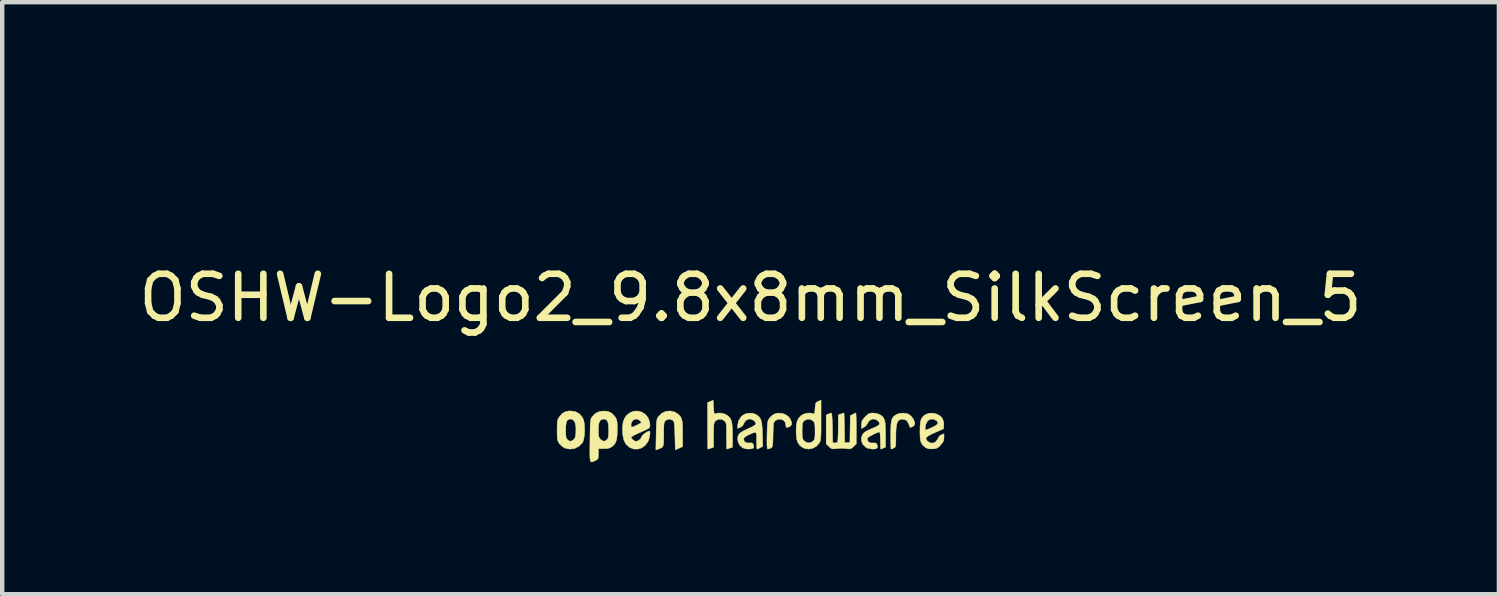
<source format=kicad_pcb>
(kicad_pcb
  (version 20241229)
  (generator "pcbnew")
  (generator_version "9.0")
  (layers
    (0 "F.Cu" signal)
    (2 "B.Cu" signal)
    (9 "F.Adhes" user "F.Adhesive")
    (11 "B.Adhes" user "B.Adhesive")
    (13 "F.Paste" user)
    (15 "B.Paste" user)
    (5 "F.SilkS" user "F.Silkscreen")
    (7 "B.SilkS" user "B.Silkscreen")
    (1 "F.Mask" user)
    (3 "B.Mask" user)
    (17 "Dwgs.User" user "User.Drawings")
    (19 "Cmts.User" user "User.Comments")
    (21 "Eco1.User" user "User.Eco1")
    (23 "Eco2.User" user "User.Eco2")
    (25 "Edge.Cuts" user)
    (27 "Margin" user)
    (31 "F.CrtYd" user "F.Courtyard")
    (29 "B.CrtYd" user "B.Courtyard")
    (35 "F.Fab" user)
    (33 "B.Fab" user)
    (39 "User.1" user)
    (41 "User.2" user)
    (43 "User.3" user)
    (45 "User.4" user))
  (footprint "OSHW-Logo2_9.8x8mm_SilkScreen_5"
    (layer "F.Cu")
    (at 14.006 3.717)
    (property "Reference" "OSHW-Logo2_9.8x8mm_SilkScreen_5" (at 0 0 0) (layer "F.SilkS") (effects (font (size 1 1) (thickness 0.15))))
    (attr exclude_from_pos_files exclude_from_bom)
    (fp_poly (pts (xy 0.14 -3.712) (xy 0.246 -3.712) (xy 0.322 -3.71) (xy 0.374 -3.707) (xy 0.407 -3.702) (xy 0.426 -3.695) (xy 0.435 -3.684) (xy 0.439 -3.67) (xy 0.44 -3.668) (xy 0.446 -3.636) (xy 0.459 -3.572) (xy 0.476 -3.483) (xy 0.496 -3.376) (xy 0.518 -3.258) (xy 0.518 -3.254) (xy 0.54 -3.138) (xy 0.561 -3.036) (xy 0.579 -2.953) (xy 0.592 -2.897) (xy 0.601 -2.872) (xy 0.601 -2.871) (xy 0.626 -2.859) (xy 0.676 -2.839) (xy 0.742 -2.814) (xy 0.742 -2.814) (xy 0.825 -2.783) (xy 0.923 -2.744) (xy 1.015 -2.704) (xy 1.019 -2.702) (xy 1.169 -2.634) (xy 1.501 -2.86) (xy 1.603 -2.929) (xy 1.696 -2.991) (xy 1.773 -3.042) (xy 1.83 -3.079) (xy 1.861 -3.098) (xy 1.864 -3.099) (xy 1.887 -3.093) (xy 1.93 -3.063) (xy 1.994 -3.008) (xy 2.081 -2.927) (xy 2.171 -2.84) (xy 2.256 -2.755) (xy 2.333 -2.677) (xy 2.397 -2.611) (xy 2.442 -2.563) (xy 2.464 -2.536) (xy 2.464 -2.535) (xy 2.467 -2.517) (xy 2.458 -2.487) (xy 2.435 -2.441) (xy 2.395 -2.376) (xy 2.338 -2.288) (xy 2.261 -2.173) (xy 2.193 -2.073) (xy 2.132 -1.983) (xy 2.081 -1.908) (xy 2.045 -1.854) (xy 2.027 -1.827) (xy 2.026 -1.825) (xy 2.028 -1.798) (xy 2.045 -1.747) (xy 2.073 -1.68) (xy 2.083 -1.659) (xy 2.127 -1.564) (xy 2.173 -1.456) (xy 2.211 -1.363) (xy 2.238 -1.294) (xy 2.26 -1.241) (xy 2.272 -1.214) (xy 2.274 -1.211) (xy 2.297 -1.208) (xy 2.351 -1.198) (xy 2.429 -1.184) (xy 2.524 -1.166) (xy 2.628 -1.146) (xy 2.735 -1.126) (xy 2.837 -1.107) (xy 2.927 -1.089) (xy 2.998 -1.075) (xy 3.042 -1.066) (xy 3.053 -1.063) (xy 3.064 -1.057) (xy 3.073 -1.042) (xy 3.079 -1.015) (xy 3.083 -0.97) (xy 3.085 -0.902) (xy 3.087 -0.806) (xy 3.087 -0.678) (xy 3.087 -0.625) (xy 3.087 -0.198) (xy 2.985 -0.178) (xy 2.927 -0.167) (xy 2.842 -0.151) (xy 2.739 -0.132) (xy 2.629 -0.111) (xy 2.599 -0.106) (xy 2.497 -0.086) (xy 2.408 -0.067) (xy 2.34 -0.049) (xy 2.3 -0.036) (xy 2.293 -0.032) (xy 2.277 -0.004) (xy 2.253 0.051) (xy 2.227 0.122) (xy 2.222 0.137) (xy 2.188 0.231) (xy 2.146 0.337) (xy 2.104 0.432) (xy 2.104 0.433) (xy 2.035 0.583) (xy 2.49 1.252) (xy 2.197 1.544) (xy 2.109 1.631) (xy 2.029 1.708) (xy 1.96 1.77) (xy 1.909 1.814) (xy 1.879 1.835) (xy 1.874 1.837) (xy 1.849 1.826) (xy 1.797 1.797) (xy 1.725 1.752) (xy 1.637 1.695) (xy 1.543 1.631) (xy 1.447 1.567) (xy 1.361 1.51) (xy 1.291 1.466) (xy 1.242 1.437) (xy 1.221 1.426) (xy 1.194 1.435) (xy 1.144 1.458) (xy 1.08 1.491) (xy 1.074 1.494) (xy 0.988 1.537) (xy 0.929 1.558) (xy 0.893 1.559) (xy 0.874 1.539) (xy 0.874 1.539) (xy 0.864 1.515) (xy 0.841 1.46) (xy 0.807 1.378) (xy 0.763 1.272) (xy 0.712 1.147) (xy 0.654 1.007) (xy 0.598 0.872) (xy 0.536 0.722) (xy 0.48 0.584) (xy 0.43 0.461) (xy 0.389 0.357) (xy 0.358 0.277) (xy 0.338 0.225) (xy 0.332 0.206) (xy 0.347 0.183) (xy 0.386 0.148) (xy 0.439 0.109) (xy 0.588 -0.015) (xy 0.705 -0.156) (xy 0.787 -0.313) (xy 0.834 -0.482) (xy 0.845 -0.66) (xy 0.837 -0.742) (xy 0.796 -0.913) (xy 0.724 -1.064) (xy 0.627 -1.193) (xy 0.509 -1.299) (xy 0.374 -1.381) (xy 0.227 -1.437) (xy 0.072 -1.465) (xy -0.087 -1.465) (xy -0.244 -1.435) (xy -0.396 -1.372) (xy -0.538 -1.277) (xy -0.597 -1.222) (xy -0.711 -1.083) (xy -0.79 -0.932) (xy -0.835 -0.771) (xy -0.847 -0.607) (xy -0.825 -0.443) (xy -0.772 -0.284) (xy -0.686 -0.134) (xy -0.569 0.002) (xy -0.439 0.109) (xy -0.384 0.15) (xy -0.346 0.185) (xy -0.332 0.206) (xy -0.339 0.229) (xy -0.36 0.283) (xy -0.392 0.366) (xy -0.434 0.471) (xy -0.485 0.596) (xy -0.542 0.736) (xy -0.598 0.872) (xy -0.66 1.021) (xy -0.717 1.16) (xy -0.768 1.283) (xy -0.811 1.387) (xy -0.844 1.467) (xy -0.866 1.519) (xy -0.874 1.539) (xy -0.893 1.558) (xy -0.929 1.558) (xy -0.988 1.537) (xy -1.073 1.495) (xy -1.074 1.494) (xy -1.138 1.461) (xy -1.19 1.437) (xy -1.219 1.426) (xy -1.221 1.426) (xy -1.243 1.437) (xy -1.292 1.466) (xy -1.362 1.511) (xy -1.447 1.567) (xy -1.543 1.631) (xy -1.639 1.696) (xy -1.727 1.753) (xy -1.799 1.797) (xy -1.85 1.826) (xy -1.874 1.837) (xy -1.897 1.823) (xy -1.942 1.786) (xy -2.006 1.729) (xy -2.083 1.656) (xy -2.169 1.572) (xy -2.198 1.544) (xy -2.49 1.251) (xy -2.267 0.925) (xy -2.2 0.825) (xy -2.14 0.735) (xy -2.093 0.661) (xy -2.06 0.607) (xy -2.045 0.579) (xy -2.045 0.577) (xy -2.053 0.551) (xy -2.073 0.498) (xy -2.103 0.427) (xy -2.124 0.38) (xy -2.164 0.29) (xy -2.201 0.198) (xy -2.23 0.121) (xy -2.237 0.098) (xy -2.26 0.035) (xy -2.281 -0.014) (xy -2.293 -0.032) (xy -2.319 -0.043) (xy -2.377 -0.059) (xy -2.458 -0.078) (xy -2.555 -0.098) (xy -2.599 -0.106) (xy -2.709 -0.126) (xy -2.815 -0.146) (xy -2.906 -0.163) (xy -2.972 -0.175) (xy -2.985 -0.178) (xy -3.087 -0.198) (xy -3.087 -0.625) (xy -3.087 -0.766) (xy -3.086 -0.872) (xy -3.084 -0.949) (xy -3.08 -1.002) (xy -3.075 -1.035) (xy -3.067 -1.053) (xy -3.057 -1.062) (xy -3.053 -1.063) (xy -3.028 -1.069) (xy -2.972 -1.08) (xy -2.892 -1.096) (xy -2.796 -1.114) (xy -2.691 -1.134) (xy -2.585 -1.155) (xy -2.483 -1.174) (xy -2.395 -1.19) (xy -2.325 -1.203) (xy -2.283 -1.21) (xy -2.274 -1.211) (xy -2.265 -1.228) (xy -2.246 -1.273) (xy -2.221 -1.338) (xy -2.211 -1.363) (xy -2.171 -1.46) (xy -2.125 -1.568) (xy -2.083 -1.659) (xy -2.052 -1.728) (xy -2.032 -1.785) (xy -2.025 -1.82) (xy -2.026 -1.825) (xy -2.041 -1.847) (xy -2.074 -1.896) (xy -2.121 -1.967) (xy -2.181 -2.055) (xy -2.248 -2.154) (xy -2.261 -2.173) (xy -2.339 -2.289) (xy -2.396 -2.377) (xy -2.435 -2.442) (xy -2.458 -2.487) (xy -2.467 -2.516) (xy -2.465 -2.535) (xy -2.464 -2.535) (xy -2.445 -2.559) (xy -2.402 -2.605) (xy -2.341 -2.669) (xy -2.265 -2.746) (xy -2.18 -2.831) (xy -2.171 -2.84) (xy -2.063 -2.944) (xy -1.98 -3.02) (xy -1.92 -3.07) (xy -1.882 -3.096) (xy -1.864 -3.099) (xy -1.84 -3.085) (xy -1.788 -3.052) (xy -1.714 -3.004) (xy -1.625 -2.944) (xy -1.525 -2.876) (xy -1.501 -2.86) (xy -1.169 -2.634) (xy -1.019 -2.702) (xy -0.928 -2.741) (xy -0.83 -2.781) (xy -0.746 -2.813) (xy -0.742 -2.814) (xy -0.677 -2.838) (xy -0.626 -2.859) (xy -0.601 -2.871) (xy -0.601 -2.871) (xy -0.593 -2.893) (xy -0.58 -2.948) (xy -0.562 -3.029) (xy -0.542 -3.129) (xy -0.52 -3.244) (xy -0.518 -3.254) (xy -0.496 -3.372) (xy -0.476 -3.479) (xy -0.459 -3.569) (xy -0.447 -3.634) (xy -0.44 -3.668) (xy -0.44 -3.668) (xy -0.435 -3.683) (xy -0.427 -3.693) (xy -0.41 -3.701) (xy -0.379 -3.707) (xy -0.329 -3.71) (xy -0.256 -3.712) (xy -0.153 -3.712) (xy -0.018 -3.712) (xy 0 -3.712) (xy 0.14 -3.712)) (stroke (width 0.01) (type solid)) (fill yes) (layer "F.Mask"))
    (fp_poly (pts (xy 3.571 2.637) (xy 3.594 2.647) (xy 3.65 2.691) (xy 3.698 2.755) (xy 3.727 2.823) (xy 3.732 2.857) (xy 3.716 2.904) (xy 3.68 2.928) (xy 3.643 2.943) (xy 3.625 2.946) (xy 3.617 2.926) (xy 3.6 2.882) (xy 3.593 2.863) (xy 3.552 2.794) (xy 3.493 2.76) (xy 3.417 2.761) (xy 3.411 2.763) (xy 3.37 2.782) (xy 3.34 2.819) (xy 3.32 2.88) (xy 3.308 2.968) (xy 3.303 3.088) (xy 3.302 3.152) (xy 3.302 3.252) (xy 3.3 3.321) (xy 3.296 3.365) (xy 3.287 3.39) (xy 3.274 3.405) (xy 3.253 3.416) (xy 3.252 3.416) (xy 3.213 3.433) (xy 3.194 3.439) (xy 3.191 3.42) (xy 3.188 3.369) (xy 3.186 3.292) (xy 3.185 3.196) (xy 3.185 3.125) (xy 3.186 2.989) (xy 3.19 2.885) (xy 3.2 2.808) (xy 3.216 2.752) (xy 3.24 2.711) (xy 3.274 2.679) (xy 3.308 2.656) (xy 3.388 2.626) (xy 3.482 2.62) (xy 3.571 2.637)) (stroke (width 0.01) (type solid)) (fill yes) (layer "F.SilkS"))
    (fp_poly (pts (xy -1.728 2.595) (xy -1.666 2.631) (xy -1.622 2.667) (xy -1.59 2.705) (xy -1.568 2.751) (xy -1.554 2.812) (xy -1.547 2.895) (xy -1.544 3.007) (xy -1.544 3.087) (xy -1.544 3.382) (xy -1.71 3.457) (xy -1.719 3.133) (xy -1.723 3.013) (xy -1.728 2.925) (xy -1.733 2.865) (xy -1.74 2.825) (xy -1.75 2.801) (xy -1.763 2.786) (xy -1.767 2.783) (xy -1.831 2.757) (xy -1.896 2.767) (xy -1.934 2.794) (xy -1.95 2.813) (xy -1.961 2.838) (xy -1.968 2.876) (xy -1.972 2.934) (xy -1.973 3.018) (xy -1.973 3.106) (xy -1.973 3.216) (xy -1.975 3.294) (xy -1.982 3.347) (xy -1.995 3.381) (xy -2.018 3.404) (xy -2.053 3.421) (xy -2.1 3.439) (xy -2.152 3.458) (xy -2.146 3.111) (xy -2.143 2.986) (xy -2.14 2.894) (xy -2.136 2.828) (xy -2.13 2.781) (xy -2.121 2.748) (xy -2.108 2.722) (xy -2.092 2.699) (xy -2.018 2.625) (xy -1.926 2.582) (xy -1.827 2.571) (xy -1.728 2.595)) (stroke (width 0.01) (type solid)) (fill yes) (layer "F.SilkS"))
    (fp_poly (pts (xy 0.713 2.625) (xy 0.802 2.657) (xy 0.874 2.715) (xy 0.902 2.756) (xy 0.933 2.831) (xy 0.932 2.885) (xy 0.9 2.921) (xy 0.888 2.928) (xy 0.837 2.947) (xy 0.81 2.942) (xy 0.802 2.91) (xy 0.801 2.892) (xy 0.785 2.826) (xy 0.742 2.78) (xy 0.683 2.758) (xy 0.617 2.763) (xy 0.564 2.792) (xy 0.546 2.809) (xy 0.533 2.829) (xy 0.524 2.859) (xy 0.519 2.907) (xy 0.515 2.978) (xy 0.512 3.08) (xy 0.511 3.112) (xy 0.509 3.222) (xy 0.506 3.3) (xy 0.501 3.351) (xy 0.494 3.383) (xy 0.483 3.401) (xy 0.467 3.412) (xy 0.457 3.417) (xy 0.413 3.433) (xy 0.388 3.439) (xy 0.379 3.421) (xy 0.374 3.365) (xy 0.372 3.272) (xy 0.374 3.141) (xy 0.374 3.121) (xy 0.377 3.002) (xy 0.381 2.914) (xy 0.386 2.853) (xy 0.393 2.809) (xy 0.404 2.778) (xy 0.419 2.751) (xy 0.427 2.74) (xy 0.472 2.69) (xy 0.522 2.651) (xy 0.528 2.647) (xy 0.618 2.62) (xy 0.713 2.625)) (stroke (width 0.01) (type solid)) (fill yes) (layer "F.SilkS"))
    (fp_poly (pts (xy -0.84 2.492) (xy -0.834 2.572) (xy -0.828 2.619) (xy -0.819 2.64) (xy -0.805 2.64) (xy -0.801 2.637) (xy -0.744 2.62) (xy -0.669 2.621) (xy -0.593 2.639) (xy -0.545 2.663) (xy -0.496 2.7) (xy -0.461 2.743) (xy -0.436 2.797) (xy -0.421 2.869) (xy -0.413 2.966) (xy -0.41 3.095) (xy -0.41 3.119) (xy -0.41 3.396) (xy -0.472 3.417) (xy -0.516 3.432) (xy -0.54 3.439) (xy -0.54 3.439) (xy -0.543 3.42) (xy -0.545 3.37) (xy -0.546 3.293) (xy -0.547 3.197) (xy -0.547 3.139) (xy -0.547 3.025) (xy -0.549 2.943) (xy -0.552 2.886) (xy -0.558 2.849) (xy -0.568 2.825) (xy -0.583 2.806) (xy -0.592 2.797) (xy -0.655 2.761) (xy -0.724 2.759) (xy -0.786 2.789) (xy -0.798 2.8) (xy -0.815 2.821) (xy -0.826 2.845) (xy -0.834 2.881) (xy -0.838 2.934) (xy -0.84 3.012) (xy -0.84 3.121) (xy -0.84 3.396) (xy -0.902 3.417) (xy -0.945 3.432) (xy -0.969 3.439) (xy -0.97 3.439) (xy -0.972 3.42) (xy -0.974 3.367) (xy -0.975 3.286) (xy -0.976 3.18) (xy -0.977 3.055) (xy -0.977 2.916) (xy -0.977 2.382) (xy -0.85 2.328) (xy -0.84 2.492)) (stroke (width 0.01) (type solid)) (fill yes) (layer "F.SilkS"))
    (fp_poly (pts (xy 2.396 2.637) (xy 2.399 2.688) (xy 2.401 2.766) (xy 2.403 2.865) (xy 2.403 2.968) (xy 2.403 3.319) (xy 2.341 3.38) (xy 2.299 3.418) (xy 2.261 3.434) (xy 2.21 3.433) (xy 2.19 3.43) (xy 2.127 3.423) (xy 2.074 3.419) (xy 2.061 3.419) (xy 2.018 3.421) (xy 1.957 3.427) (xy 1.933 3.43) (xy 1.874 3.435) (xy 1.834 3.425) (xy 1.795 3.394) (xy 1.781 3.38) (xy 1.719 3.319) (xy 1.719 2.664) (xy 1.769 2.641) (xy 1.812 2.624) (xy 1.837 2.618) (xy 1.844 2.637) (xy 1.85 2.689) (xy 1.855 2.768) (xy 1.859 2.87) (xy 1.861 2.955) (xy 1.866 3.292) (xy 1.913 3.299) (xy 1.955 3.294) (xy 1.976 3.279) (xy 1.982 3.251) (xy 1.987 3.192) (xy 1.99 3.108) (xy 1.992 3.009) (xy 1.993 2.957) (xy 1.993 2.661) (xy 2.054 2.64) (xy 2.098 2.625) (xy 2.122 2.618) (xy 2.122 2.618) (xy 2.125 2.637) (xy 2.127 2.688) (xy 2.13 2.766) (xy 2.132 2.864) (xy 2.134 2.955) (xy 2.139 3.292) (xy 2.257 3.292) (xy 2.262 2.985) (xy 2.267 2.677) (xy 2.325 2.648) (xy 2.367 2.627) (xy 2.392 2.618) (xy 2.392 2.618) (xy 2.396 2.637)) (stroke (width 0.01) (type solid)) (fill yes) (layer "F.SilkS"))
    (fp_poly (pts (xy -3.983 2.587) (xy -3.892 2.635) (xy -3.824 2.713) (xy -3.8 2.763) (xy -3.781 2.838) (xy -3.772 2.932) (xy -3.771 3.035) (xy -3.778 3.136) (xy -3.793 3.223) (xy -3.815 3.286) (xy -3.822 3.297) (xy -3.903 3.377) (xy -4 3.425) (xy -4.104 3.439) (xy -4.21 3.418) (xy -4.239 3.405) (xy -4.297 3.364) (xy -4.347 3.311) (xy -4.352 3.304) (xy -4.371 3.271) (xy -4.384 3.236) (xy -4.391 3.19) (xy -4.395 3.125) (xy -4.396 3.03) (xy -4.396 3.009) (xy -4.396 3.002) (xy -4.201 3.002) (xy -4.2 3.091) (xy -4.195 3.151) (xy -4.186 3.189) (xy -4.17 3.215) (xy -4.162 3.224) (xy -4.115 3.257) (xy -4.07 3.256) (xy -4.024 3.227) (xy -3.996 3.196) (xy -3.98 3.151) (xy -3.971 3.079) (xy -3.97 3.071) (xy -3.969 2.942) (xy -3.985 2.846) (xy -4.019 2.784) (xy -4.07 2.756) (xy -4.088 2.755) (xy -4.136 2.763) (xy -4.169 2.789) (xy -4.189 2.839) (xy -4.199 2.919) (xy -4.201 3.002) (xy -4.396 3.002) (xy -4.395 2.908) (xy -4.392 2.838) (xy -4.386 2.789) (xy -4.374 2.753) (xy -4.356 2.722) (xy -4.352 2.716) (xy -4.286 2.636) (xy -4.213 2.59) (xy -4.125 2.572) (xy -4.095 2.571) (xy -3.983 2.587)) (stroke (width 0.01) (type solid)) (fill yes) (layer "F.SilkS"))
    (fp_poly (pts (xy 4.245 2.648) (xy 4.323 2.698) (xy 4.36 2.744) (xy 4.389 2.826) (xy 4.392 2.891) (xy 4.386 2.977) (xy 4.186 3.065) (xy 4.089 3.11) (xy 4.025 3.146) (xy 3.992 3.177) (xy 3.986 3.207) (xy 4.005 3.241) (xy 4.025 3.263) (xy 4.084 3.298) (xy 4.148 3.301) (xy 4.207 3.273) (xy 4.25 3.218) (xy 4.258 3.199) (xy 4.295 3.138) (xy 4.338 3.113) (xy 4.396 3.09) (xy 4.396 3.174) (xy 4.391 3.231) (xy 4.371 3.279) (xy 4.328 3.334) (xy 4.322 3.342) (xy 4.275 3.391) (xy 4.234 3.417) (xy 4.183 3.429) (xy 4.141 3.433) (xy 4.066 3.434) (xy 4.012 3.421) (xy 3.979 3.403) (xy 3.926 3.362) (xy 3.89 3.318) (xy 3.867 3.262) (xy 3.854 3.187) (xy 3.85 3.084) (xy 3.849 3.032) (xy 3.851 2.97) (xy 3.968 2.97) (xy 3.97 3.003) (xy 3.973 3.009) (xy 3.996 3.001) (xy 4.044 2.982) (xy 4.109 2.954) (xy 4.122 2.948) (xy 4.204 2.906) (xy 4.249 2.87) (xy 4.259 2.835) (xy 4.236 2.801) (xy 4.216 2.785) (xy 4.145 2.755) (xy 4.079 2.76) (xy 4.024 2.797) (xy 3.986 2.863) (xy 3.973 2.916) (xy 3.968 2.97) (xy 3.851 2.97) (xy 3.852 2.911) (xy 3.861 2.821) (xy 3.879 2.755) (xy 3.909 2.707) (xy 3.953 2.669) (xy 3.972 2.656) (xy 4.059 2.624) (xy 4.154 2.622) (xy 4.245 2.648)) (stroke (width 0.01) (type solid)) (fill yes) (layer "F.SilkS"))
    (fp_poly (pts (xy 1.602 2.78) (xy 1.602 2.926) (xy 1.601 3.039) (xy 1.599 3.123) (xy 1.595 3.184) (xy 1.59 3.227) (xy 1.582 3.259) (xy 1.571 3.283) (xy 1.563 3.297) (xy 1.497 3.373) (xy 1.412 3.421) (xy 1.319 3.438) (xy 1.226 3.423) (xy 1.17 3.394) (xy 1.112 3.346) (xy 1.072 3.286) (xy 1.048 3.209) (xy 1.037 3.105) (xy 1.036 3.028) (xy 1.036 3.023) (xy 1.172 3.023) (xy 1.173 3.11) (xy 1.177 3.168) (xy 1.186 3.206) (xy 1.201 3.233) (xy 1.22 3.254) (xy 1.283 3.294) (xy 1.351 3.297) (xy 1.415 3.264) (xy 1.42 3.26) (xy 1.441 3.236) (xy 1.455 3.208) (xy 1.462 3.167) (xy 1.465 3.102) (xy 1.465 3.031) (xy 1.464 2.942) (xy 1.46 2.882) (xy 1.451 2.843) (xy 1.436 2.815) (xy 1.423 2.8) (xy 1.364 2.763) (xy 1.295 2.758) (xy 1.23 2.787) (xy 1.218 2.797) (xy 1.196 2.821) (xy 1.183 2.849) (xy 1.176 2.891) (xy 1.173 2.956) (xy 1.172 3.023) (xy 1.036 3.023) (xy 1.04 2.906) (xy 1.056 2.814) (xy 1.087 2.744) (xy 1.134 2.69) (xy 1.17 2.663) (xy 1.237 2.633) (xy 1.314 2.619) (xy 1.386 2.622) (xy 1.426 2.637) (xy 1.442 2.642) (xy 1.453 2.626) (xy 1.46 2.583) (xy 1.465 2.518) (xy 1.471 2.446) (xy 1.48 2.402) (xy 1.495 2.377) (xy 1.522 2.361) (xy 1.539 2.354) (xy 1.602 2.327) (xy 1.602 2.78)) (stroke (width 0.01) (type solid)) (fill yes) (layer "F.SilkS"))
    (fp_poly (pts (xy -2.466 2.6) (xy -2.389 2.652) (xy -2.329 2.726) (xy -2.294 2.822) (xy -2.286 2.892) (xy -2.287 2.921) (xy -2.294 2.943) (xy -2.313 2.963) (xy -2.35 2.986) (xy -2.41 3.015) (xy -2.5 3.055) (xy -2.501 3.055) (xy -2.584 3.093) (xy -2.652 3.127) (xy -2.698 3.153) (xy -2.716 3.167) (xy -2.716 3.167) (xy -2.701 3.199) (xy -2.665 3.233) (xy -2.624 3.258) (xy -2.603 3.263) (xy -2.546 3.246) (xy -2.497 3.203) (xy -2.474 3.156) (xy -2.451 3.122) (xy -2.406 3.082) (xy -2.353 3.048) (xy -2.306 3.029) (xy -2.297 3.028) (xy -2.286 3.045) (xy -2.285 3.088) (xy -2.293 3.146) (xy -2.308 3.207) (xy -2.329 3.261) (xy -2.33 3.264) (xy -2.392 3.351) (xy -2.473 3.41) (xy -2.565 3.439) (xy -2.66 3.436) (xy -2.752 3.397) (xy -2.756 3.395) (xy -2.828 3.33) (xy -2.875 3.245) (xy -2.901 3.133) (xy -2.905 3.102) (xy -2.911 2.954) (xy -2.903 2.884) (xy -2.716 2.884) (xy -2.713 2.928) (xy -2.7 2.94) (xy -2.667 2.931) (xy -2.615 2.908) (xy -2.556 2.881) (xy -2.555 2.88) (xy -2.505 2.854) (xy -2.485 2.836) (xy -2.49 2.818) (xy -2.511 2.794) (xy -2.563 2.759) (xy -2.62 2.757) (xy -2.671 2.782) (xy -2.706 2.831) (xy -2.716 2.884) (xy -2.903 2.884) (xy -2.898 2.835) (xy -2.865 2.741) (xy -2.82 2.675) (xy -2.737 2.609) (xy -2.646 2.576) (xy -2.554 2.574) (xy -2.466 2.6)) (stroke (width 0.01) (type solid)) (fill yes) (layer "F.SilkS"))
    (fp_poly (pts (xy 0.054 2.626) (xy 0.13 2.655) (xy 0.131 2.655) (xy 0.178 2.69) (xy 0.213 2.731) (xy 0.238 2.784) (xy 0.254 2.856) (xy 0.264 2.953) (xy 0.27 3.082) (xy 0.27 3.1) (xy 0.277 3.377) (xy 0.218 3.408) (xy 0.175 3.429) (xy 0.149 3.439) (xy 0.148 3.439) (xy 0.143 3.421) (xy 0.139 3.372) (xy 0.137 3.3) (xy 0.137 3.242) (xy 0.137 3.148) (xy 0.132 3.089) (xy 0.118 3.061) (xy 0.085 3.06) (xy 0.03 3.081) (xy -0.054 3.12) (xy -0.115 3.153) (xy -0.147 3.181) (xy -0.156 3.212) (xy -0.156 3.213) (xy -0.141 3.266) (xy -0.095 3.295) (xy -0.026 3.299) (xy 0.024 3.298) (xy 0.051 3.313) (xy 0.067 3.347) (xy 0.077 3.391) (xy 0.063 3.416) (xy 0.058 3.42) (xy 0.009 3.434) (xy -0.058 3.437) (xy -0.128 3.427) (xy -0.178 3.41) (xy -0.246 3.351) (xy -0.285 3.27) (xy -0.293 3.207) (xy -0.287 3.15) (xy -0.266 3.104) (xy -0.224 3.062) (xy -0.155 3.021) (xy -0.055 2.974) (xy -0.049 2.971) (xy 0.041 2.93) (xy 0.097 2.895) (xy 0.121 2.865) (xy 0.116 2.833) (xy 0.084 2.797) (xy 0.075 2.789) (xy 0.012 2.757) (xy -0.054 2.758) (xy -0.111 2.79) (xy -0.149 2.848) (xy -0.152 2.859) (xy -0.187 2.915) (xy -0.23 2.942) (xy -0.293 2.968) (xy -0.293 2.9) (xy -0.274 2.8) (xy -0.217 2.709) (xy -0.188 2.678) (xy -0.12 2.639) (xy -0.035 2.622) (xy 0.054 2.626)) (stroke (width 0.01) (type solid)) (fill yes) (layer "F.SilkS"))
    (fp_poly (pts (xy -3.231 2.585) (xy -3.156 2.622) (xy -3.091 2.69) (xy -3.072 2.716) (xy -3.053 2.749) (xy -3.04 2.785) (xy -3.032 2.833) (xy -3.029 2.903) (xy -3.028 2.994) (xy -3.032 3.12) (xy -3.043 3.214) (xy -3.065 3.285) (xy -3.1 3.338) (xy -3.149 3.383) (xy -3.153 3.385) (xy -3.202 3.412) (xy -3.261 3.426) (xy -3.336 3.429) (xy -3.458 3.429) (xy -3.458 3.547) (xy -3.459 3.613) (xy -3.466 3.652) (xy -3.484 3.675) (xy -3.519 3.695) (xy -3.527 3.699) (xy -3.566 3.718) (xy -3.596 3.729) (xy -3.619 3.73) (xy -3.635 3.717) (xy -3.645 3.685) (xy -3.65 3.63) (xy -3.652 3.549) (xy -3.652 3.437) (xy -3.65 3.292) (xy -3.65 3.248) (xy -3.648 3.098) (xy -3.646 3) (xy -3.458 3) (xy -3.457 3.083) (xy -3.453 3.138) (xy -3.442 3.174) (xy -3.423 3.201) (xy -3.41 3.215) (xy -3.358 3.254) (xy -3.312 3.258) (xy -3.264 3.225) (xy -3.263 3.224) (xy -3.244 3.199) (xy -3.232 3.164) (xy -3.226 3.112) (xy -3.224 3.031) (xy -3.224 3.013) (xy -3.228 2.902) (xy -3.243 2.825) (xy -3.269 2.778) (xy -3.309 2.757) (xy -3.332 2.755) (xy -3.387 2.765) (xy -3.425 2.798) (xy -3.447 2.858) (xy -3.457 2.95) (xy -3.458 3) (xy -3.646 3) (xy -3.646 2.982) (xy -3.643 2.895) (xy -3.639 2.831) (xy -3.634 2.786) (xy -3.627 2.754) (xy -3.617 2.73) (xy -3.604 2.709) (xy -3.598 2.701) (xy -3.525 2.627) (xy -3.432 2.584) (xy -3.325 2.573) (xy -3.231 2.585)) (stroke (width 0.01) (type solid)) (fill yes) (layer "F.SilkS"))
    (fp_poly (pts (xy 2.887 2.634) (xy 2.944 2.659) (xy 2.988 2.69) (xy 3.02 2.725) (xy 3.042 2.77) (xy 3.057 2.831) (xy 3.064 2.915) (xy 3.067 3.028) (xy 3.068 3.103) (xy 3.068 3.393) (xy 3.018 3.416) (xy 2.979 3.433) (xy 2.959 3.439) (xy 2.955 3.421) (xy 2.952 3.372) (xy 2.951 3.3) (xy 2.95 3.243) (xy 2.949 3.161) (xy 2.944 3.096) (xy 2.938 3.056) (xy 2.933 3.048) (xy 2.898 3.057) (xy 2.844 3.079) (xy 2.781 3.109) (xy 2.72 3.141) (xy 2.674 3.17) (xy 2.652 3.19) (xy 2.652 3.19) (xy 2.654 3.227) (xy 2.671 3.262) (xy 2.7 3.291) (xy 2.743 3.3) (xy 2.78 3.299) (xy 2.832 3.298) (xy 2.859 3.31) (xy 2.876 3.343) (xy 2.878 3.349) (xy 2.885 3.395) (xy 2.866 3.423) (xy 2.816 3.436) (xy 2.763 3.438) (xy 2.666 3.42) (xy 2.616 3.394) (xy 2.554 3.333) (xy 2.522 3.258) (xy 2.519 3.178) (xy 2.546 3.104) (xy 2.588 3.058) (xy 2.63 3.032) (xy 2.695 2.999) (xy 2.771 2.966) (xy 2.784 2.96) (xy 2.867 2.924) (xy 2.916 2.891) (xy 2.931 2.859) (xy 2.917 2.822) (xy 2.892 2.794) (xy 2.833 2.759) (xy 2.768 2.756) (xy 2.709 2.783) (xy 2.666 2.837) (xy 2.661 2.851) (xy 2.628 2.902) (xy 2.581 2.94) (xy 2.52 2.971) (xy 2.52 2.883) (xy 2.524 2.829) (xy 2.539 2.787) (xy 2.573 2.741) (xy 2.605 2.706) (xy 2.655 2.657) (xy 2.694 2.631) (xy 2.736 2.62) (xy 2.783 2.618) (xy 2.887 2.634)) (stroke (width 0.01) (type solid)) (fill yes) (layer "F.SilkS")))
  (gr_rect
    (start -3 -3)
    (end 31.012 10.453)
    (stroke (width 0.1) (type default))
    (fill no)
    (layer "Edge.Cuts")))
</source>
